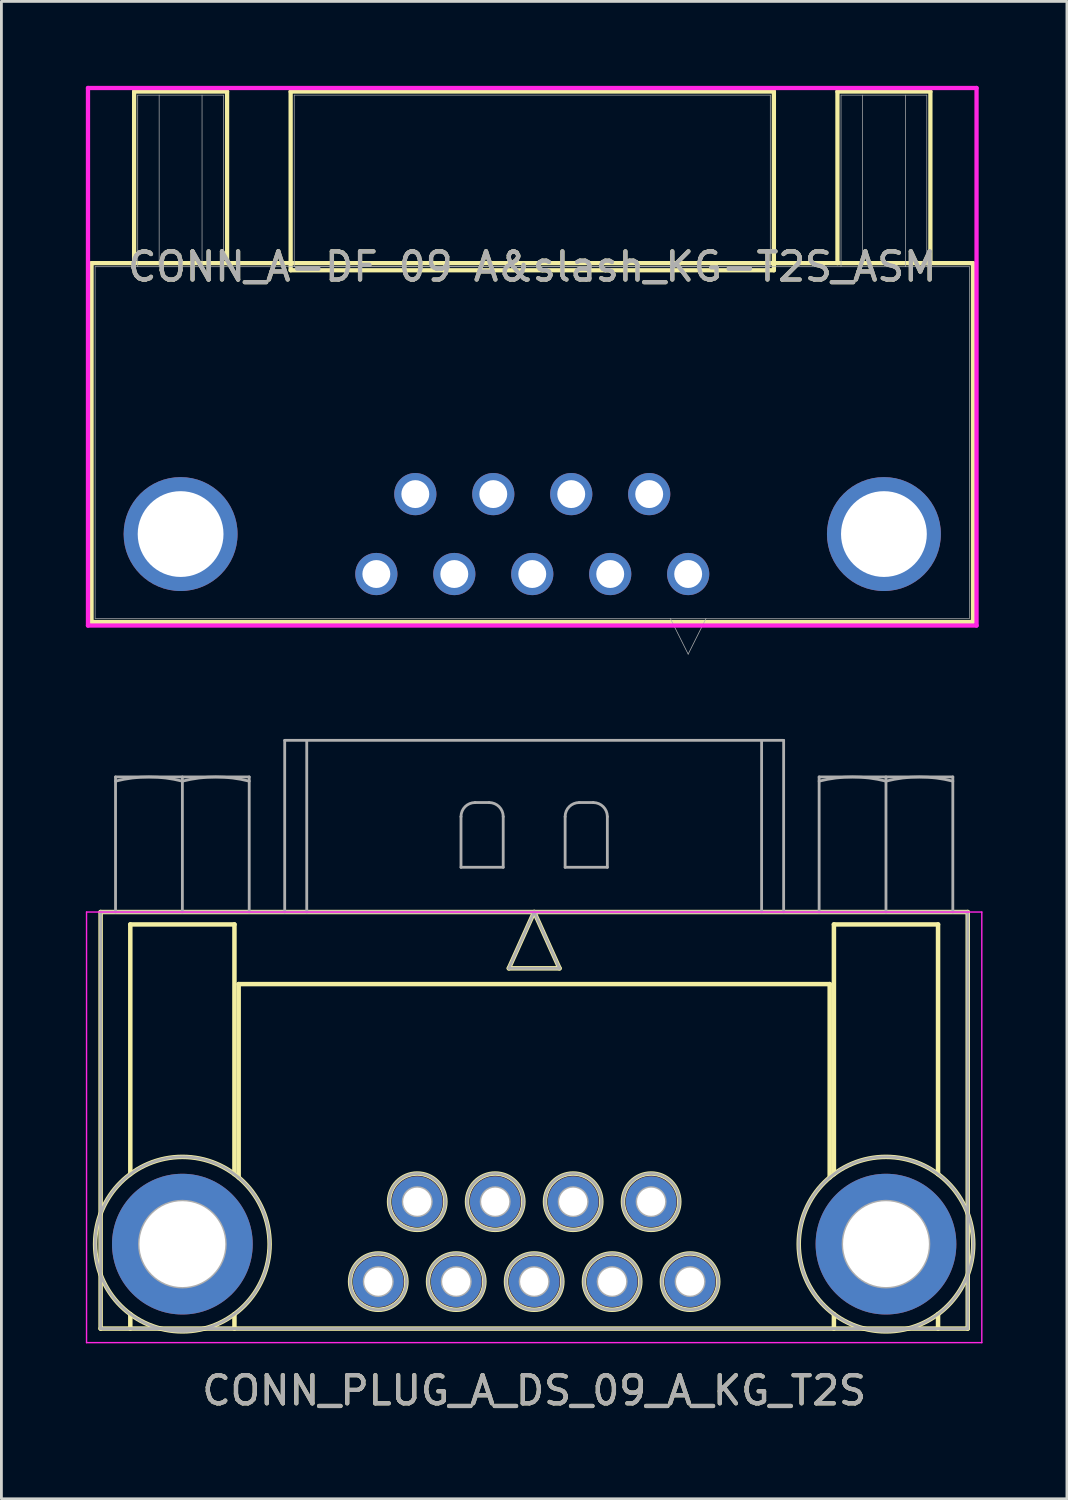
<source format=kicad_pcb>
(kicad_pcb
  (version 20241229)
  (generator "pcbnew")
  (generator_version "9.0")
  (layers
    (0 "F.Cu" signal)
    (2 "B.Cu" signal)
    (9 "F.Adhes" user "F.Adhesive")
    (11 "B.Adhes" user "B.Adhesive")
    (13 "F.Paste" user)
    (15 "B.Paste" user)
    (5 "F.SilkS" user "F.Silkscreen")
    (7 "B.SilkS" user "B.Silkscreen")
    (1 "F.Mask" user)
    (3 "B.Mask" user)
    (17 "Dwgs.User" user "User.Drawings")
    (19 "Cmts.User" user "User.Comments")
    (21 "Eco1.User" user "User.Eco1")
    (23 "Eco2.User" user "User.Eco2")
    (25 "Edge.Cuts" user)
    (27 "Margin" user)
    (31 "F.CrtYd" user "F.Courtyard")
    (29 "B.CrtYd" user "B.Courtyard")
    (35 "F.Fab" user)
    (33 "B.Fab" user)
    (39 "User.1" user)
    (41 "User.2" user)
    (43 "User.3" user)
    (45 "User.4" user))
  (footprint "CONN_PLUG_A_DS_09_A_KG_T2S"
    (layer "F.Cu")
    (at 15.93 42.489)
    (property "Reference" "CONN_PLUG_A_DS_09_A_KG_T2S" (at 0 3.867 180) (layer "F.SilkS") (effects (font (size 1 1) (thickness 0.15))))
    (attr through_hole)
    (fp_line (start -15.405 -13.133) (end 15.405 -13.133) (stroke (width 0.16) (type solid)) (layer "F.SilkS"))
    (fp_line (start -15.405 1.667) (end -15.405 -13.133) (stroke (width 0.16) (type solid)) (layer "F.SilkS"))
    (fp_line (start -14.35 -12.693) (end -14.35 -3.82) (stroke (width 0.16) (type solid)) (layer "F.SilkS"))
    (fp_line (start -14.35 1.667) (end -14.35 1.154) (stroke (width 0.16) (type solid)) (layer "F.SilkS"))
    (fp_line (start -10.65 -12.693) (end -14.35 -12.693) (stroke (width 0.16) (type solid)) (layer "F.SilkS"))
    (fp_line (start -10.65 -3.82) (end -10.65 -12.693) (stroke (width 0.16) (type solid)) (layer "F.SilkS"))
    (fp_line (start -10.65 1.667) (end -10.65 1.154) (stroke (width 0.16) (type solid)) (layer "F.SilkS"))
    (fp_line (start -10.5 -10.573) (end -10.5 -3.702) (stroke (width 0.16) (type solid)) (layer "F.SilkS"))
    (fp_line (start -0.9 -11.133) (end 0.9 -11.133) (stroke (width 0.16) (type solid)) (layer "F.SilkS"))
    (fp_line (start 0 -13.133) (end -0.9 -11.133) (stroke (width 0.16) (type solid)) (layer "F.SilkS"))
    (fp_line (start 0.9 -11.133) (end 0 -13.133) (stroke (width 0.16) (type solid)) (layer "F.SilkS"))
    (fp_line (start 10.5 -10.573) (end -10.5 -10.573) (stroke (width 0.16) (type solid)) (layer "F.SilkS"))
    (fp_line (start 10.5 -3.702) (end 10.5 -10.573) (stroke (width 0.16) (type solid)) (layer "F.SilkS"))
    (fp_line (start 10.65 -12.693) (end 14.35 -12.693) (stroke (width 0.16) (type solid)) (layer "F.SilkS"))
    (fp_line (start 10.65 -3.82) (end 10.65 -12.693) (stroke (width 0.16) (type solid)) (layer "F.SilkS"))
    (fp_line (start 10.65 1.667) (end 10.65 1.154) (stroke (width 0.16) (type solid)) (layer "F.SilkS"))
    (fp_line (start 14.35 -12.693) (end 14.35 -3.82) (stroke (width 0.16) (type solid)) (layer "F.SilkS"))
    (fp_line (start 14.35 1.667) (end 14.35 1.154) (stroke (width 0.16) (type solid)) (layer "F.SilkS"))
    (fp_line (start 15.405 -13.133) (end 15.405 1.667) (stroke (width 0.16) (type solid)) (layer "F.SilkS"))
    (fp_line (start 15.405 1.667) (end -15.405 1.667) (stroke (width 0.16) (type solid)) (layer "F.SilkS"))
    (fp_circle (center -12.5 -1.333) (end -9.4 -1.333) (stroke (width 0.16) (type solid)) (fill no) (layer "F.SilkS"))
    (fp_circle (center -5.54 -0.001) (end -4.54 -0.001) (stroke (width 0.16) (type solid)) (fill no) (layer "F.SilkS"))
    (fp_circle (center -4.155 -2.841) (end -3.155 -2.841) (stroke (width 0.16) (type solid)) (fill no) (layer "F.SilkS"))
    (fp_circle (center -2.77 -0.001) (end -1.77 -0.001) (stroke (width 0.16) (type solid)) (fill no) (layer "F.SilkS"))
    (fp_circle (center -1.385 -2.841) (end -0.385 -2.841) (stroke (width 0.16) (type solid)) (fill no) (layer "F.SilkS"))
    (fp_circle (center -0.000003 -0.001) (end 1 -0.001) (stroke (width 0.16) (type solid)) (fill no) (layer "F.SilkS"))
    (fp_circle (center 1.385 -2.841) (end 2.385 -2.841) (stroke (width 0.16) (type solid)) (fill no) (layer "F.SilkS"))
    (fp_circle (center 2.77 -0.001) (end 3.77 -0.001) (stroke (width 0.16) (type solid)) (fill no) (layer "F.SilkS"))
    (fp_circle (center 4.155 -2.841) (end 5.155 -2.841) (stroke (width 0.16) (type solid)) (fill no) (layer "F.SilkS"))
    (fp_circle (center 5.54 -0.001) (end 6.54 -0.001) (stroke (width 0.16) (type solid)) (fill no) (layer "F.SilkS"))
    (fp_circle (center 12.5 -1.333) (end 15.6 -1.333) (stroke (width 0.16) (type solid)) (fill no) (layer "F.SilkS"))
    (fp_line (start -15.905 -13.133) (end -15.905 2.167) (stroke (width 0.05) (type solid)) (layer "F.CrtYd"))
    (fp_line (start -15.905 2.167) (end 15.905 2.167) (stroke (width 0.05) (type solid)) (layer "F.CrtYd"))
    (fp_line (start 15.905 -13.133) (end -15.905 -13.133) (stroke (width 0.05) (type solid)) (layer "F.CrtYd"))
    (fp_line (start 15.905 2.167) (end 15.905 -13.133) (stroke (width 0.05) (type solid)) (layer "F.CrtYd"))
    (fp_line (start -15.405 -13.133) (end 15.405 -13.133) (stroke (width 0.1) (type solid)) (layer "F.Fab"))
    (fp_line (start -15.405 1.667) (end -15.405 -13.133) (stroke (width 0.1) (type solid)) (layer "F.Fab"))
    (fp_line (start -14.875 -17.933) (end -14.875 -13.133) (stroke (width 0.1) (type solid)) (layer "F.Fab"))
    (fp_line (start -12.5 -17.933) (end -12.5 -13.133) (stroke (width 0.1) (type solid)) (layer "F.Fab"))
    (fp_line (start -10.125 -17.933) (end -14.875 -17.933) (stroke (width 0.1) (type solid)) (layer "F.Fab"))
    (fp_line (start -10.125 -17.933) (end -10.125 -13.133) (stroke (width 0.1) (type solid)) (layer "F.Fab"))
    (fp_line (start -8.864 -19.233) (end -8.864 -13.133) (stroke (width 0.1) (type solid)) (layer "F.Fab"))
    (fp_line (start -8.081 -19.233) (end -8.081 -13.133) (stroke (width 0.1) (type solid)) (layer "F.Fab"))
    (fp_line (start -2.6 -14.723) (end -2.6 -16.523) (stroke (width 0.1) (type solid)) (layer "F.Fab"))
    (fp_line (start -2.1 -17.023) (end -1.6 -17.023) (stroke (width 0.1) (type solid)) (layer "F.Fab"))
    (fp_line (start -1.1 -16.523) (end -1.1 -14.723) (stroke (width 0.1) (type solid)) (layer "F.Fab"))
    (fp_line (start -1.1 -14.723) (end -2.6 -14.723) (stroke (width 0.1) (type solid)) (layer "F.Fab"))
    (fp_line (start -0.9 -11.133) (end 0.9 -11.133) (stroke (width 0.1) (type solid)) (layer "F.Fab"))
    (fp_line (start 0 -13.133) (end -0.9 -11.133) (stroke (width 0.1) (type solid)) (layer "F.Fab"))
    (fp_line (start 0.9 -11.133) (end 0 -13.133) (stroke (width 0.1) (type solid)) (layer "F.Fab"))
    (fp_line (start 1.1 -14.723) (end 1.1 -16.523) (stroke (width 0.1) (type solid)) (layer "F.Fab"))
    (fp_line (start 1.6 -17.023) (end 2.1 -17.023) (stroke (width 0.1) (type solid)) (layer "F.Fab"))
    (fp_line (start 2.6 -16.523) (end 2.6 -14.723) (stroke (width 0.1) (type solid)) (layer "F.Fab"))
    (fp_line (start 2.6 -14.723) (end 1.1 -14.723) (stroke (width 0.1) (type solid)) (layer "F.Fab"))
    (fp_line (start 8.081 -19.233) (end 8.081 -13.133) (stroke (width 0.1) (type solid)) (layer "F.Fab"))
    (fp_line (start 8.864 -19.233) (end -8.864 -19.233) (stroke (width 0.1) (type solid)) (layer "F.Fab"))
    (fp_line (start 8.864 -19.233) (end 8.864 -13.133) (stroke (width 0.1) (type solid)) (layer "F.Fab"))
    (fp_line (start 10.125 -17.933) (end 10.125 -13.133) (stroke (width 0.1) (type solid)) (layer "F.Fab"))
    (fp_line (start 12.5 -17.933) (end 12.5 -13.133) (stroke (width 0.1) (type solid)) (layer "F.Fab"))
    (fp_line (start 14.875 -17.933) (end 10.125 -17.933) (stroke (width 0.1) (type solid)) (layer "F.Fab"))
    (fp_line (start 14.875 -17.933) (end 14.875 -13.133) (stroke (width 0.1) (type solid)) (layer "F.Fab"))
    (fp_line (start 15.405 -13.133) (end 15.405 1.667) (stroke (width 0.1) (type solid)) (layer "F.Fab"))
    (fp_line (start 15.405 1.667) (end -15.405 1.667) (stroke (width 0.1) (type solid)) (layer "F.Fab"))
    (fp_arc (start -14.875 -17.783789) (mid -13.687501 -17.932999) (end -12.500001 -17.783789) (stroke (width 0.1) (type solid)) (layer "F.Fab"))
    (fp_arc (start -12.5 -17.783789) (mid -11.3125 -17.932999) (end -10.125 -17.783789) (stroke (width 0.1) (type solid)) (layer "F.Fab"))
    (fp_arc (start -2.600002 -16.523001) (mid -2.453555 -16.876554) (end -2.100002 -17.023001) (stroke (width 0.1) (type solid)) (layer "F.Fab"))
    (fp_arc (start -1.600001 -17.023001) (mid -1.246447 -16.876555) (end -1.100001 -16.523001) (stroke (width 0.1) (type solid)) (layer "F.Fab"))
    (fp_arc (start 1.099998 -16.523001) (mid 1.246445 -16.876554) (end 1.599998 -17.023001) (stroke (width 0.1) (type solid)) (layer "F.Fab"))
    (fp_arc (start 2.099999 -17.023001) (mid 2.453552 -16.876554) (end 2.599999 -16.523001) (stroke (width 0.1) (type solid)) (layer "F.Fab"))
    (fp_arc (start 10.125 -17.783789) (mid 11.3125 -17.932999) (end 12.499999 -17.783789) (stroke (width 0.1) (type solid)) (layer "F.Fab"))
    (fp_arc (start 12.5 -17.783789) (mid 13.6875 -17.932999) (end 14.875 -17.783789) (stroke (width 0.1) (type solid)) (layer "F.Fab"))
    (fp_circle (center -12.5 -1.333) (end -10.975 -1.333) (stroke (width 0.1) (type solid)) (fill no) (layer "F.Fab"))
    (fp_circle (center -12.5 -1.333) (end -9.4 -1.333) (stroke (width 0.1) (type solid)) (fill no) (layer "F.Fab"))
    (fp_circle (center -5.54 -0.001) (end -5.04 -0.001) (stroke (width 0.1) (type solid)) (fill no) (layer "F.Fab"))
    (fp_circle (center -5.54 -0.001) (end -4.54 -0.001) (stroke (width 0.1) (type solid)) (fill no) (layer "F.Fab"))
    (fp_circle (center -4.155 -2.841) (end -3.655 -2.841) (stroke (width 0.1) (type solid)) (fill no) (layer "F.Fab"))
    (fp_circle (center -4.155 -2.841) (end -3.155 -2.841) (stroke (width 0.1) (type solid)) (fill no) (layer "F.Fab"))
    (fp_circle (center -2.77 -0.001) (end -2.27 -0.001) (stroke (width 0.1) (type solid)) (fill no) (layer "F.Fab"))
    (fp_circle (center -2.77 -0.001) (end -1.77 -0.001) (stroke (width 0.1) (type solid)) (fill no) (layer "F.Fab"))
    (fp_circle (center -1.385 -2.841) (end -0.885 -2.841) (stroke (width 0.1) (type solid)) (fill no) (layer "F.Fab"))
    (fp_circle (center -1.385 -2.841) (end -0.385 -2.841) (stroke (width 0.1) (type solid)) (fill no) (layer "F.Fab"))
    (fp_circle (center -0.000003 -0.001) (end 0.5 -0.001) (stroke (width 0.1) (type solid)) (fill no) (layer "F.Fab"))
    (fp_circle (center -0.000003 -0.001) (end 1 -0.001) (stroke (width 0.1) (type solid)) (fill no) (layer "F.Fab"))
    (fp_circle (center 1.385 -2.841) (end 1.885 -2.841) (stroke (width 0.1) (type solid)) (fill no) (layer "F.Fab"))
    (fp_circle (center 1.385 -2.841) (end 2.385 -2.841) (stroke (width 0.1) (type solid)) (fill no) (layer "F.Fab"))
    (fp_circle (center 2.77 -0.001) (end 3.27 -0.001) (stroke (width 0.1) (type solid)) (fill no) (layer "F.Fab"))
    (fp_circle (center 2.77 -0.001) (end 3.77 -0.001) (stroke (width 0.1) (type solid)) (fill no) (layer "F.Fab"))
    (fp_circle (center 4.155 -2.841) (end 4.655 -2.841) (stroke (width 0.1) (type solid)) (fill no) (layer "F.Fab"))
    (fp_circle (center 4.155 -2.841) (end 5.155 -2.841) (stroke (width 0.1) (type solid)) (fill no) (layer "F.Fab"))
    (fp_circle (center 5.54 -0.001) (end 6.04 -0.001) (stroke (width 0.1) (type solid)) (fill no) (layer "F.Fab"))
    (fp_circle (center 5.54 -0.001) (end 6.54 -0.001) (stroke (width 0.1) (type solid)) (fill no) (layer "F.Fab"))
    (fp_circle (center 12.5 -1.333) (end 14.025 -1.333) (stroke (width 0.1) (type solid)) (fill no) (layer "F.Fab"))
    (fp_circle (center 12.5 -1.333) (end 15.6 -1.333) (stroke (width 0.1) (type solid)) (fill no) (layer "F.Fab"))
    (fp_text user "${REFERENCE}" (at 0 3.867 180) (layer "F.Fab") (effects (font (size 1 1) (thickness 0.15))))
    (pad "1" thru_hole circle (at 5.54 0 180) (size 1.8 1.8) (drill 1) (layers "*.Cu" "*.Mask"))
    (pad "2" thru_hole circle (at 2.77 0 180) (size 1.8 1.8) (drill 1) (layers "*.Cu" "*.Mask"))
    (pad "3" thru_hole circle (at 0 0 180) (size 1.8 1.8) (drill 1) (layers "*.Cu" "*.Mask"))
    (pad "4" thru_hole circle (at -2.77 0 180) (size 1.8 1.8) (drill 1) (layers "*.Cu" "*.Mask"))
    (pad "5" thru_hole circle (at -5.54 0 180) (size 1.8 1.8) (drill 1) (layers "*.Cu" "*.Mask"))
    (pad "6" thru_hole circle (at 4.155 -2.84 180) (size 1.8 1.8) (drill 1) (layers "*.Cu" "*.Mask"))
    (pad "7" thru_hole circle (at 1.385 -2.84 180) (size 1.8 1.8) (drill 1) (layers "*.Cu" "*.Mask"))
    (pad "8" thru_hole circle (at -1.385 -2.84 180) (size 1.8 1.8) (drill 1) (layers "*.Cu" "*.Mask"))
    (pad "9" thru_hole circle (at -4.155 -2.84 180) (size 1.8 1.8) (drill 1) (layers "*.Cu" "*.Mask"))
    (pad "10" thru_hole circle (at 12.5 -1.333 180) (size 5 5) (drill 3.05) (layers "*.Cu" "*.Mask"))
    (pad "11" thru_hole circle (at -12.5 -1.333 180) (size 5 5) (drill 3.05) (layers "*.Cu" "*.Mask")))
  (footprint "CONN_A-DF 09 A&slash_KG-T2S_ASM"
    (layer "F.Cu")
    (at 15.862 6.426)
    (property "Reference" "CONN_A-DF 09 A&slash_KG-T2S_ASM" (at 0 0 0) (unlocked yes) (layer "F.SilkS") (effects (font (size 1 1) (thickness 0.15))))
    (attr through_hole)
    (fp_line (start -15.659 -0.127) (end -15.659 12.624) (stroke (width 0.152) (type solid)) (layer "F.SilkS"))
    (fp_line (start -15.659 12.624) (end 15.659 12.624) (stroke (width 0.152) (type solid)) (layer "F.SilkS"))
    (fp_line (start -14.146 -6.223) (end -10.844 -6.223) (stroke (width 0.152) (type solid)) (layer "F.SilkS"))
    (fp_line (start -14.146 -0.127) (end -14.146 -6.223) (stroke (width 0.152) (type solid)) (layer "F.SilkS"))
    (fp_line (start -10.844 -6.223) (end -10.844 -0.127) (stroke (width 0.152) (type solid)) (layer "F.SilkS"))
    (fp_line (start -8.585 -6.223) (end -8.585 0.127) (stroke (width 0.152) (type solid)) (layer "F.SilkS"))
    (fp_line (start -8.585 0.127) (end 8.585 0.127) (stroke (width 0.152) (type solid)) (layer "F.SilkS"))
    (fp_line (start 8.585 -6.223) (end -8.585 -6.223) (stroke (width 0.152) (type solid)) (layer "F.SilkS"))
    (fp_line (start 8.585 0.127) (end 8.585 -6.223) (stroke (width 0.152) (type solid)) (layer "F.SilkS"))
    (fp_line (start 10.844 -6.223) (end 14.146 -6.223) (stroke (width 0.152) (type solid)) (layer "F.SilkS"))
    (fp_line (start 10.844 -0.127) (end 10.844 -6.223) (stroke (width 0.152) (type solid)) (layer "F.SilkS"))
    (fp_line (start 14.146 -6.223) (end 14.146 -0.127) (stroke (width 0.152) (type solid)) (layer "F.SilkS"))
    (fp_line (start 15.659 -0.127) (end -15.659 -0.127) (stroke (width 0.152) (type solid)) (layer "F.SilkS"))
    (fp_line (start 15.659 12.624) (end 15.659 -0.127) (stroke (width 0.152) (type solid)) (layer "F.SilkS"))
    (fp_line (start -15.786 -6.35) (end -15.786 12.751) (stroke (width 0.152) (type solid)) (layer "F.CrtYd"))
    (fp_line (start -15.786 12.751) (end 15.786 12.751) (stroke (width 0.152) (type solid)) (layer "F.CrtYd"))
    (fp_line (start 15.786 -6.35) (end -15.786 -6.35) (stroke (width 0.152) (type solid)) (layer "F.CrtYd"))
    (fp_line (start 15.786 12.751) (end 15.786 -6.35) (stroke (width 0.152) (type solid)) (layer "F.CrtYd"))
    (fp_line (start -15.532 0) (end -15.532 12.497) (stroke (width 0.025) (type solid)) (layer "F.Fab"))
    (fp_line (start -15.532 12.497) (end 15.532 12.497) (stroke (width 0.025) (type solid)) (layer "F.Fab"))
    (fp_line (start -14.019 -6.096) (end -10.971 -6.096) (stroke (width 0.025) (type solid)) (layer "F.Fab"))
    (fp_line (start -14.019 0) (end -14.019 -6.096) (stroke (width 0.025) (type solid)) (layer "F.Fab"))
    (fp_line (start -13.257 0) (end -13.257 -6.096) (stroke (width 0.025) (type solid)) (layer "F.Fab"))
    (fp_line (start -11.733 -6.096) (end -11.733 0) (stroke (width 0.025) (type solid)) (layer "F.Fab"))
    (fp_line (start -10.971 -6.096) (end -10.971 0) (stroke (width 0.025) (type solid)) (layer "F.Fab"))
    (fp_line (start -8.458 -6.096) (end -8.458 0) (stroke (width 0.025) (type solid)) (layer "F.Fab"))
    (fp_line (start -8.458 0) (end 8.458 0) (stroke (width 0.025) (type solid)) (layer "F.Fab"))
    (fp_line (start 4.905 12.497) (end 5.54 13.767) (stroke (width 0.025) (type solid)) (layer "F.Fab"))
    (fp_line (start 6.175 12.497) (end 5.54 13.767) (stroke (width 0.025) (type solid)) (layer "F.Fab"))
    (fp_line (start 8.458 -6.096) (end -8.458 -6.096) (stroke (width 0.025) (type solid)) (layer "F.Fab"))
    (fp_line (start 8.458 0) (end 8.458 -6.096) (stroke (width 0.025) (type solid)) (layer "F.Fab"))
    (fp_line (start 10.971 -6.096) (end 14.019 -6.096) (stroke (width 0.025) (type solid)) (layer "F.Fab"))
    (fp_line (start 10.971 0) (end 10.971 -6.096) (stroke (width 0.025) (type solid)) (layer "F.Fab"))
    (fp_line (start 11.733 0) (end 11.733 -6.096) (stroke (width 0.025) (type solid)) (layer "F.Fab"))
    (fp_line (start 13.257 -6.096) (end 13.257 0) (stroke (width 0.025) (type solid)) (layer "F.Fab"))
    (fp_line (start 14.019 -6.096) (end 14.019 0) (stroke (width 0.025) (type solid)) (layer "F.Fab"))
    (fp_line (start 15.532 0) (end -15.532 0) (stroke (width 0.025) (type solid)) (layer "F.Fab"))
    (fp_line (start 15.532 12.497) (end 15.532 0) (stroke (width 0.025) (type solid)) (layer "F.Fab"))
    (fp_text user "${REFERENCE}" (at 0 0 0) (unlocked yes) (layer "F.Fab") (effects (font (size 1 1) (thickness 0.15))))
    (pad "1" thru_hole circle (at 5.54 10.92) (size 1.499 1.499) (drill 0.991) (layers "*.Cu" "*.Mask"))
    (pad "2" thru_hole circle (at 2.77 10.92) (size 1.499 1.499) (drill 0.991) (layers "*.Cu" "*.Mask"))
    (pad "3" thru_hole circle (at 0 10.92) (size 1.499 1.499) (drill 0.991) (layers "*.Cu" "*.Mask"))
    (pad "4" thru_hole circle (at -2.77 10.92) (size 1.499 1.499) (drill 0.991) (layers "*.Cu" "*.Mask"))
    (pad "5" thru_hole circle (at -5.54 10.92) (size 1.499 1.499) (drill 0.991) (layers "*.Cu" "*.Mask"))
    (pad "6" thru_hole circle (at 4.155 8.08) (size 1.499 1.499) (drill 0.991) (layers "*.Cu" "*.Mask"))
    (pad "7" thru_hole circle (at 1.385 8.08) (size 1.499 1.499) (drill 0.991) (layers "*.Cu" "*.Mask"))
    (pad "8" thru_hole circle (at -1.385 8.08) (size 1.499 1.499) (drill 0.991) (layers "*.Cu" "*.Mask"))
    (pad "9" thru_hole circle (at -4.155 8.08) (size 1.499 1.499) (drill 0.991) (layers "*.Cu" "*.Mask"))
    (pad "10" thru_hole circle (at -12.495 9.5) (size 4.048 4.048) (drill 3.048) (layers "*.Cu" "*.Mask"))
    (pad "11" thru_hole circle (at 12.495 9.5) (size 4.048 4.048) (drill 3.048) (layers "*.Cu" "*.Mask")))
  (gr_rect
    (start -3 -3)
    (end 34.86 50.204)
    (stroke (width 0.1) (type default))
    (fill no)
    (layer "Edge.Cuts")))
</source>
